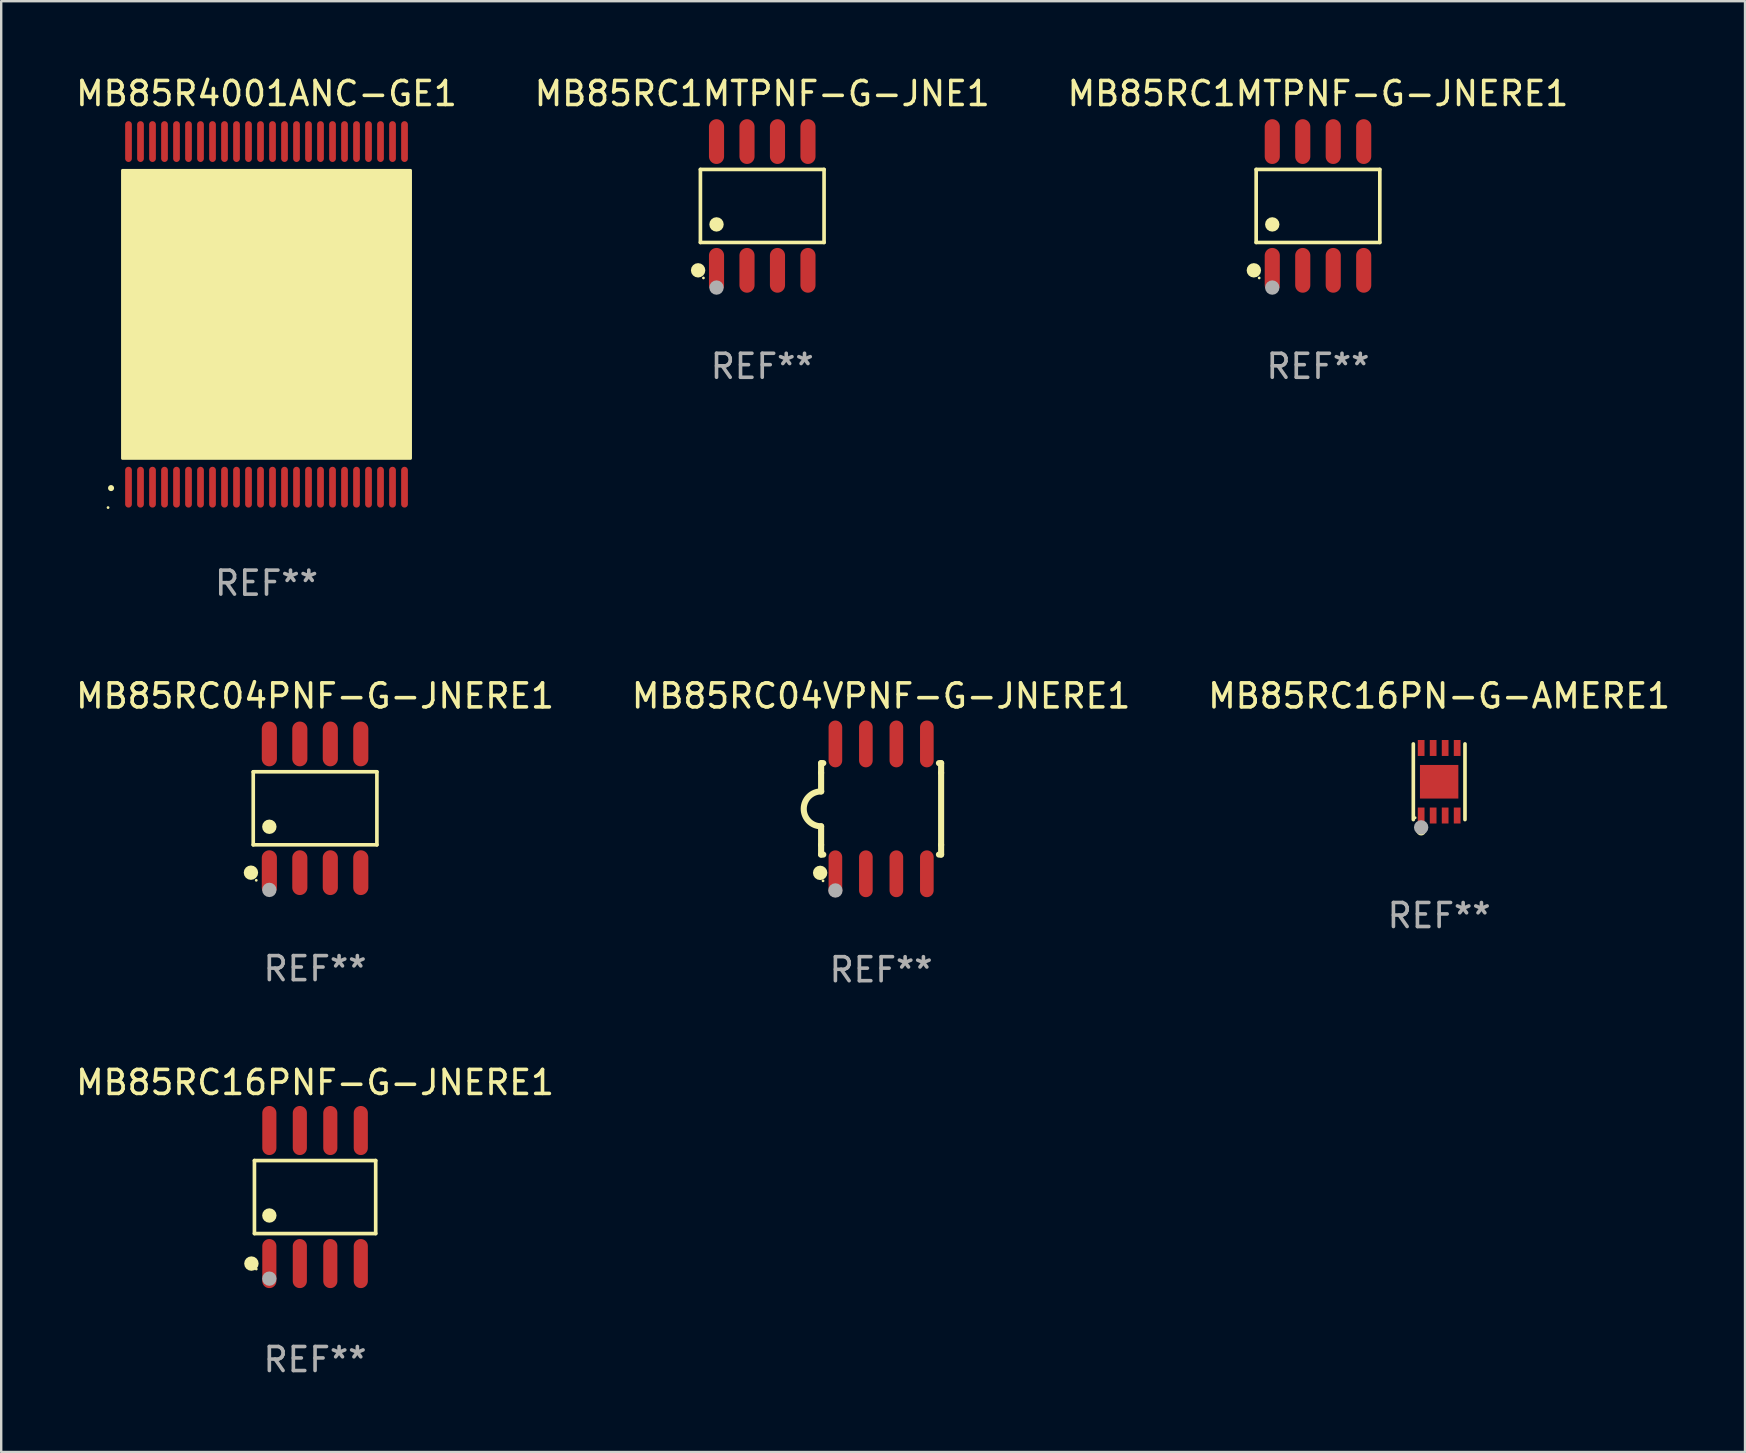
<source format=kicad_pcb>
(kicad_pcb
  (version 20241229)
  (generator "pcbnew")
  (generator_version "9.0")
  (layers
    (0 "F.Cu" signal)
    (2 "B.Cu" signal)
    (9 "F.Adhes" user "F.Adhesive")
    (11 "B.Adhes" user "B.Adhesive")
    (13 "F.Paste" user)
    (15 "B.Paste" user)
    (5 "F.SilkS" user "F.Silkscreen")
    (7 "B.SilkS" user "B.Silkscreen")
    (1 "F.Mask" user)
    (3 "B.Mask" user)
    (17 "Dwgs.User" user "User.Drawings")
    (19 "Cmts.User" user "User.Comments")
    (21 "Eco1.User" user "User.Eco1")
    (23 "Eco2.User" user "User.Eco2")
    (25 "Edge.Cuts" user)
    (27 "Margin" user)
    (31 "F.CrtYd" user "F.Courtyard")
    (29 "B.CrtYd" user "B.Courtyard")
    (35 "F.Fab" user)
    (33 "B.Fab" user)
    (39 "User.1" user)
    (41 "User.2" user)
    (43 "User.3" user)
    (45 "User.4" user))
  (footprint "MB85RC1MTPNF-G-JNERE1"
    (layer "F.Cu")
    (at 51.863 5.531)
    (property "Reference" "MB85RC1MTPNF-G-JNERE1" (at 0 -4.682 0) (layer "F.SilkS") (effects (font (size 1 1) (thickness 0.15))))
    (attr through_hole)
    (fp_line (start -2.576 -1.521) (end 2.576 -1.521) (stroke (width 0.152) (type solid)) (layer "F.SilkS"))
    (fp_line (start -2.576 1.521) (end -2.576 -1.521) (stroke (width 0.152) (type solid)) (layer "F.SilkS"))
    (fp_line (start 2.576 -1.521) (end 2.576 1.521) (stroke (width 0.152) (type solid)) (layer "F.SilkS"))
    (fp_line (start 2.576 1.521) (end -2.576 1.521) (stroke (width 0.152) (type solid)) (layer "F.SilkS"))
    (fp_circle (center -2.672 2.682) (end -2.522 2.682) (stroke (width 0.3) (type solid)) (fill no) (layer "F.SilkS"))
    (fp_circle (center -2.45 3) (end -2.42 3) (stroke (width 0.06) (type solid)) (fill no) (layer "F.SilkS"))
    (fp_circle (center -1.905 0.769) (end -1.755 0.769) (stroke (width 0.3) (type solid)) (fill no) (layer "F.SilkS"))
    (fp_circle (center -1.905 3.4) (end -1.755 3.4) (stroke (width 0.3) (type solid)) (fill no) (layer "F.Fab"))
    (fp_text user "REF**" (at 0 6.682 0) (layer "F.Fab") (effects (font (size 1 1) (thickness 0.15))))
    (pad "1" smd oval (at -1.905 2.682) (size 0.63 1.865) (layers "F.Cu" "F.Mask" "F.Paste"))
    (pad "2" smd oval (at -0.635 2.682) (size 0.63 1.865) (layers "F.Cu" "F.Mask" "F.Paste"))
    (pad "3" smd oval (at 0.635 2.682) (size 0.63 1.865) (layers "F.Cu" "F.Mask" "F.Paste"))
    (pad "4" smd oval (at 1.905 2.682) (size 0.63 1.865) (layers "F.Cu" "F.Mask" "F.Paste"))
    (pad "5" smd oval (at 1.905 -2.682) (size 0.63 1.865) (layers "F.Cu" "F.Mask" "F.Paste"))
    (pad "6" smd oval (at 0.635 -2.682) (size 0.63 1.865) (layers "F.Cu" "F.Mask" "F.Paste"))
    (pad "7" smd oval (at -0.635 -2.682) (size 0.63 1.865) (layers "F.Cu" "F.Mask" "F.Paste"))
    (pad "8" smd oval (at -1.905 -2.682) (size 0.63 1.865) (layers "F.Cu" "F.Mask" "F.Paste")))
  (footprint "MB85RC16PNF-G-JNERE1"
    (layer "F.Cu")
    (at 10.077 46.824)
    (property "Reference" "MB85RC16PNF-G-JNERE1" (at 0 -4.772 0) (layer "F.SilkS") (effects (font (size 1 1) (thickness 0.15))))
    (attr through_hole)
    (fp_line (start -2.526 -1.521) (end 2.526 -1.521) (stroke (width 0.152) (type solid)) (layer "F.SilkS"))
    (fp_line (start -2.526 1.521) (end -2.526 -1.521) (stroke (width 0.152) (type solid)) (layer "F.SilkS"))
    (fp_line (start 2.526 -1.521) (end 2.526 1.521) (stroke (width 0.152) (type solid)) (layer "F.SilkS"))
    (fp_line (start 2.526 1.521) (end -2.526 1.521) (stroke (width 0.152) (type solid)) (layer "F.SilkS"))
    (fp_circle (center -2.652 2.772) (end -2.501 2.772) (stroke (width 0.3) (type solid)) (fill no) (layer "F.SilkS"))
    (fp_circle (center -2.45 3) (end -2.42 3) (stroke (width 0.06) (type solid)) (fill no) (layer "F.SilkS"))
    (fp_circle (center -1.905 0.769) (end -1.755 0.769) (stroke (width 0.3) (type solid)) (fill no) (layer "F.SilkS"))
    (fp_circle (center -1.905 3.4) (end -1.755 3.4) (stroke (width 0.3) (type solid)) (fill no) (layer "F.Fab"))
    (fp_text user "REF**" (at 0 6.772 0) (layer "F.Fab") (effects (font (size 1 1) (thickness 0.15))))
    (pad "1" smd oval (at -1.905 2.772) (size 0.588 2.045) (layers "F.Cu" "F.Mask" "F.Paste"))
    (pad "2" smd oval (at -0.635 2.772) (size 0.588 2.045) (layers "F.Cu" "F.Mask" "F.Paste"))
    (pad "3" smd oval (at 0.635 2.772) (size 0.588 2.045) (layers "F.Cu" "F.Mask" "F.Paste"))
    (pad "4" smd oval (at 1.905 2.772) (size 0.588 2.045) (layers "F.Cu" "F.Mask" "F.Paste"))
    (pad "5" smd oval (at 1.905 -2.772) (size 0.588 2.045) (layers "F.Cu" "F.Mask" "F.Paste"))
    (pad "6" smd oval (at 0.635 -2.772) (size 0.588 2.045) (layers "F.Cu" "F.Mask" "F.Paste"))
    (pad "7" smd oval (at -0.635 -2.772) (size 0.588 2.045) (layers "F.Cu" "F.Mask" "F.Paste"))
    (pad "8" smd oval (at -1.905 -2.772) (size 0.588 2.045) (layers "F.Cu" "F.Mask" "F.Paste")))
  (footprint "MB85RC1MTPNF-G-JNE1"
    (layer "F.Cu")
    (at 28.708 5.531)
    (property "Reference" "MB85RC1MTPNF-G-JNE1" (at 0 -4.682 0) (layer "F.SilkS") (effects (font (size 1 1) (thickness 0.15))))
    (attr through_hole)
    (fp_line (start -2.576 -1.521) (end 2.576 -1.521) (stroke (width 0.152) (type solid)) (layer "F.SilkS"))
    (fp_line (start -2.576 1.521) (end -2.576 -1.521) (stroke (width 0.152) (type solid)) (layer "F.SilkS"))
    (fp_line (start 2.576 -1.521) (end 2.576 1.521) (stroke (width 0.152) (type solid)) (layer "F.SilkS"))
    (fp_line (start 2.576 1.521) (end -2.576 1.521) (stroke (width 0.152) (type solid)) (layer "F.SilkS"))
    (fp_circle (center -2.672 2.682) (end -2.522 2.682) (stroke (width 0.3) (type solid)) (fill no) (layer "F.SilkS"))
    (fp_circle (center -2.45 3) (end -2.42 3) (stroke (width 0.06) (type solid)) (fill no) (layer "F.SilkS"))
    (fp_circle (center -1.905 0.769) (end -1.755 0.769) (stroke (width 0.3) (type solid)) (fill no) (layer "F.SilkS"))
    (fp_circle (center -1.905 3.4) (end -1.755 3.4) (stroke (width 0.3) (type solid)) (fill no) (layer "F.Fab"))
    (fp_text user "REF**" (at 0 6.682 0) (layer "F.Fab") (effects (font (size 1 1) (thickness 0.15))))
    (pad "1" smd oval (at -1.905 2.682) (size 0.63 1.865) (layers "F.Cu" "F.Mask" "F.Paste"))
    (pad "2" smd oval (at -0.635 2.682) (size 0.63 1.865) (layers "F.Cu" "F.Mask" "F.Paste"))
    (pad "3" smd oval (at 0.635 2.682) (size 0.63 1.865) (layers "F.Cu" "F.Mask" "F.Paste"))
    (pad "4" smd oval (at 1.905 2.682) (size 0.63 1.865) (layers "F.Cu" "F.Mask" "F.Paste"))
    (pad "5" smd oval (at 1.905 -2.682) (size 0.63 1.865) (layers "F.Cu" "F.Mask" "F.Paste"))
    (pad "6" smd oval (at 0.635 -2.682) (size 0.63 1.865) (layers "F.Cu" "F.Mask" "F.Paste"))
    (pad "7" smd oval (at -0.635 -2.682) (size 0.63 1.865) (layers "F.Cu" "F.Mask" "F.Paste"))
    (pad "8" smd oval (at -1.905 -2.682) (size 0.63 1.865) (layers "F.Cu" "F.Mask" "F.Paste")))
  (footprint "MB85RC04PNF-G-JNERE1"
    (layer "F.Cu")
    (at 10.077 30.627)
    (property "Reference" "MB85RC04PNF-G-JNERE1" (at 0 -4.682 0) (layer "F.SilkS") (effects (font (size 1 1) (thickness 0.15))))
    (attr through_hole)
    (fp_line (start -2.576 -1.521) (end 2.576 -1.521) (stroke (width 0.152) (type solid)) (layer "F.SilkS"))
    (fp_line (start -2.576 1.521) (end -2.576 -1.521) (stroke (width 0.152) (type solid)) (layer "F.SilkS"))
    (fp_line (start 2.576 -1.521) (end 2.576 1.521) (stroke (width 0.152) (type solid)) (layer "F.SilkS"))
    (fp_line (start 2.576 1.521) (end -2.576 1.521) (stroke (width 0.152) (type solid)) (layer "F.SilkS"))
    (fp_circle (center -2.672 2.682) (end -2.522 2.682) (stroke (width 0.3) (type solid)) (fill no) (layer "F.SilkS"))
    (fp_circle (center -2.45 3) (end -2.42 3) (stroke (width 0.06) (type solid)) (fill no) (layer "F.SilkS"))
    (fp_circle (center -1.905 0.769) (end -1.755 0.769) (stroke (width 0.3) (type solid)) (fill no) (layer "F.SilkS"))
    (fp_circle (center -1.905 3.4) (end -1.755 3.4) (stroke (width 0.3) (type solid)) (fill no) (layer "F.Fab"))
    (fp_text user "REF**" (at 0 6.682 0) (layer "F.Fab") (effects (font (size 1 1) (thickness 0.15))))
    (pad "1" smd oval (at -1.905 2.682) (size 0.63 1.865) (layers "F.Cu" "F.Mask" "F.Paste"))
    (pad "2" smd oval (at -0.635 2.682) (size 0.63 1.865) (layers "F.Cu" "F.Mask" "F.Paste"))
    (pad "3" smd oval (at 0.635 2.682) (size 0.63 1.865) (layers "F.Cu" "F.Mask" "F.Paste"))
    (pad "4" smd oval (at 1.905 2.682) (size 0.63 1.865) (layers "F.Cu" "F.Mask" "F.Paste"))
    (pad "5" smd oval (at 1.905 -2.682) (size 0.63 1.865) (layers "F.Cu" "F.Mask" "F.Paste"))
    (pad "6" smd oval (at 0.635 -2.682) (size 0.63 1.865) (layers "F.Cu" "F.Mask" "F.Paste"))
    (pad "7" smd oval (at -0.635 -2.682) (size 0.63 1.865) (layers "F.Cu" "F.Mask" "F.Paste"))
    (pad "8" smd oval (at -1.905 -2.682) (size 0.63 1.865) (layers "F.Cu" "F.Mask" "F.Paste")))
  (footprint "MB85RC04VPNF-G-JNERE1"
    (layer "F.Cu")
    (at 33.661 30.65)
    (property "Reference" "MB85RC04VPNF-G-JNERE1" (at 0 -4.705 0) (layer "F.SilkS") (effects (font (size 1 1) (thickness 0.15))))
    (attr through_hole)
    (fp_line (start -2.5 -1.905) (end -2.409 -1.905) (stroke (width 0.254) (type solid)) (layer "F.SilkS"))
    (fp_line (start -2.5 -1.5) (end -2.5 -1.905) (stroke (width 0.254) (type solid)) (layer "F.SilkS"))
    (fp_line (start -2.5 -1.5) (end -2.5 -0.726) (stroke (width 0.254) (type solid)) (layer "F.SilkS"))
    (fp_line (start -2.5 1.5) (end -2.5 0.727) (stroke (width 0.254) (type solid)) (layer "F.SilkS"))
    (fp_line (start -2.5 1.5) (end -2.5 1.905) (stroke (width 0.254) (type solid)) (layer "F.SilkS"))
    (fp_line (start -2.5 1.905) (end -2.409 1.905) (stroke (width 0.254) (type solid)) (layer "F.SilkS"))
    (fp_line (start 2.5 -1.905) (end 2.409 -1.905) (stroke (width 0.254) (type solid)) (layer "F.SilkS"))
    (fp_line (start 2.5 -1.5) (end 2.5 -1.905) (stroke (width 0.254) (type solid)) (layer "F.SilkS"))
    (fp_line (start 2.5 -1.5) (end 2.5 1.5) (stroke (width 0.254) (type solid)) (layer "F.SilkS"))
    (fp_line (start 2.5 1.5) (end 2.5 1.905) (stroke (width 0.254) (type solid)) (layer "F.SilkS"))
    (fp_line (start 2.5 1.905) (end 2.409 1.905) (stroke (width 0.254) (type solid)) (layer "F.SilkS"))
    (fp_arc (start -2.5 0.726568) (mid -3.220316 -0.0023) (end -2.495097 -0.726289) (stroke (width 0.254001) (type solid)) (layer "F.SilkS"))
    (fp_circle (center -2.54 2.667) (end -2.39 2.667) (stroke (width 0.3) (type solid)) (fill no) (layer "F.SilkS"))
    (fp_circle (center -2.42 3) (end -2.39 3) (stroke (width 0.06) (type solid)) (fill no) (layer "F.SilkS"))
    (fp_circle (center -1.905 3.4) (end -1.755 3.4) (stroke (width 0.3) (type solid)) (fill no) (layer "F.Fab"))
    (fp_text user "REF**" (at 0 6.705 0) (layer "F.Fab") (effects (font (size 1 1) (thickness 0.15))))
    (pad "1" smd oval (at -1.905 2.705) (size 0.568 1.95) (layers "F.Cu" "F.Mask" "F.Paste"))
    (pad "2" smd oval (at -0.635 2.705) (size 0.568 1.95) (layers "F.Cu" "F.Mask" "F.Paste"))
    (pad "3" smd oval (at 0.635 2.705) (size 0.568 1.95) (layers "F.Cu" "F.Mask" "F.Paste"))
    (pad "4" smd oval (at 1.905 2.705) (size 0.568 1.95) (layers "F.Cu" "F.Mask" "F.Paste"))
    (pad "5" smd oval (at 1.905 -2.705) (size 0.568 1.95) (layers "F.Cu" "F.Mask" "F.Paste"))
    (pad "6" smd oval (at 0.635 -2.705) (size 0.568 1.95) (layers "F.Cu" "F.Mask" "F.Paste"))
    (pad "7" smd oval (at -0.635 -2.705) (size 0.568 1.95) (layers "F.Cu" "F.Mask" "F.Paste"))
    (pad "8" smd oval (at -1.905 -2.705) (size 0.568 1.95) (layers "F.Cu" "F.Mask" "F.Paste")))
  (footprint "MB85R4001ANC-GE1"
    (layer "F.Cu")
    (at 8.054 10.048)
    (property "Reference" "MB85R4001ANC-GE1" (at 0 -9.2 0) (layer "F.SilkS") (effects (font (size 1 1) (thickness 0.15))))
    (attr through_hole)
    (fp_arc (start -6.477013 7.239141) (mid -6.47702 7.237871) (end -6.477013 7.236601) (stroke (width 0.25) (type solid)) (layer "F.SilkS"))
    (fp_arc (start -5.334011 5.080137) (mid -5.334022 5.077597) (end -5.334011 5.075057) (stroke (width 0.6) (type solid)) (layer "F.SilkS"))
    (fp_circle (center -6.602 8.05) (end -6.572 8.05) (stroke (width 0.06) (type solid)) (fill no) (layer "F.SilkS"))
    (fp_poly (pts (xy -6 -6) (xy 6 -6) (xy 6 6) (xy -6 6)) (stroke (width 0.12) (type solid)) (fill yes) (layer "F.SilkS"))
    (fp_text user "REF**" (at 0 11.2 0) (layer "F.Fab") (effects (font (size 1 1) (thickness 0.15))))
    (pad "1" smd oval (at -5.75 7.2 180) (size 0.28 1.7) (layers "F.Cu" "F.Mask" "F.Paste"))
    (pad "2" smd oval (at -5.25 7.2 180) (size 0.28 1.7) (layers "F.Cu" "F.Mask" "F.Paste"))
    (pad "3" smd oval (at -4.75 7.2 180) (size 0.28 1.7) (layers "F.Cu" "F.Mask" "F.Paste"))
    (pad "4" smd oval (at -4.25 7.2 180) (size 0.28 1.7) (layers "F.Cu" "F.Mask" "F.Paste"))
    (pad "5" smd oval (at -3.75 7.2 180) (size 0.28 1.7) (layers "F.Cu" "F.Mask" "F.Paste"))
    (pad "6" smd oval (at -3.25 7.2 180) (size 0.28 1.7) (layers "F.Cu" "F.Mask" "F.Paste"))
    (pad "7" smd oval (at -2.75 7.2 180) (size 0.28 1.7) (layers "F.Cu" "F.Mask" "F.Paste"))
    (pad "8" smd oval (at -2.25 7.2 180) (size 0.28 1.7) (layers "F.Cu" "F.Mask" "F.Paste"))
    (pad "9" smd oval (at -1.75 7.2 180) (size 0.28 1.7) (layers "F.Cu" "F.Mask" "F.Paste"))
    (pad "10" smd oval (at -1.25 7.2 180) (size 0.28 1.7) (layers "F.Cu" "F.Mask" "F.Paste"))
    (pad "11" smd oval (at -0.75 7.2 180) (size 0.28 1.7) (layers "F.Cu" "F.Mask" "F.Paste"))
    (pad "12" smd oval (at -0.25 7.2 180) (size 0.28 1.7) (layers "F.Cu" "F.Mask" "F.Paste"))
    (pad "13" smd oval (at 0.25 7.2 180) (size 0.28 1.7) (layers "F.Cu" "F.Mask" "F.Paste"))
    (pad "14" smd oval (at 0.75 7.2 180) (size 0.28 1.7) (layers "F.Cu" "F.Mask" "F.Paste"))
    (pad "15" smd oval (at 1.25 7.2 180) (size 0.28 1.7) (layers "F.Cu" "F.Mask" "F.Paste"))
    (pad "16" smd oval (at 1.75 7.2 180) (size 0.28 1.7) (layers "F.Cu" "F.Mask" "F.Paste"))
    (pad "17" smd oval (at 2.25 7.2 180) (size 0.28 1.7) (layers "F.Cu" "F.Mask" "F.Paste"))
    (pad "18" smd oval (at 2.75 7.2 180) (size 0.28 1.7) (layers "F.Cu" "F.Mask" "F.Paste"))
    (pad "19" smd oval (at 3.25 7.2 180) (size 0.28 1.7) (layers "F.Cu" "F.Mask" "F.Paste"))
    (pad "20" smd oval (at 3.75 7.2 180) (size 0.28 1.7) (layers "F.Cu" "F.Mask" "F.Paste"))
    (pad "21" smd oval (at 4.25 7.2 180) (size 0.28 1.7) (layers "F.Cu" "F.Mask" "F.Paste"))
    (pad "22" smd oval (at 4.75 7.2 180) (size 0.28 1.7) (layers "F.Cu" "F.Mask" "F.Paste"))
    (pad "23" smd oval (at 5.25 7.2 180) (size 0.28 1.7) (layers "F.Cu" "F.Mask" "F.Paste"))
    (pad "24" smd oval (at 5.75 7.2 180) (size 0.28 1.7) (layers "F.Cu" "F.Mask" "F.Paste"))
    (pad "25" smd oval (at 5.75 -7.2 180) (size 0.28 1.7) (layers "F.Cu" "F.Mask" "F.Paste"))
    (pad "26" smd oval (at 5.25 -7.2 180) (size 0.28 1.7) (layers "F.Cu" "F.Mask" "F.Paste"))
    (pad "27" smd oval (at 4.75 -7.2 180) (size 0.28 1.7) (layers "F.Cu" "F.Mask" "F.Paste"))
    (pad "28" smd oval (at 4.25 -7.2 180) (size 0.28 1.7) (layers "F.Cu" "F.Mask" "F.Paste"))
    (pad "29" smd oval (at 3.75 -7.2 180) (size 0.28 1.7) (layers "F.Cu" "F.Mask" "F.Paste"))
    (pad "30" smd oval (at 3.25 -7.2 180) (size 0.28 1.7) (layers "F.Cu" "F.Mask" "F.Paste"))
    (pad "31" smd oval (at 2.75 -7.2 180) (size 0.28 1.7) (layers "F.Cu" "F.Mask" "F.Paste"))
    (pad "32" smd oval (at 2.25 -7.2 180) (size 0.28 1.7) (layers "F.Cu" "F.Mask" "F.Paste"))
    (pad "33" smd oval (at 1.75 -7.2 180) (size 0.28 1.7) (layers "F.Cu" "F.Mask" "F.Paste"))
    (pad "34" smd oval (at 1.25 -7.2 180) (size 0.28 1.7) (layers "F.Cu" "F.Mask" "F.Paste"))
    (pad "35" smd oval (at 0.75 -7.2 180) (size 0.28 1.7) (layers "F.Cu" "F.Mask" "F.Paste"))
    (pad "36" smd oval (at 0.25 -7.2 180) (size 0.28 1.7) (layers "F.Cu" "F.Mask" "F.Paste"))
    (pad "37" smd oval (at -0.25 -7.2 180) (size 0.28 1.7) (layers "F.Cu" "F.Mask" "F.Paste"))
    (pad "38" smd oval (at -0.75 -7.2 180) (size 0.28 1.7) (layers "F.Cu" "F.Mask" "F.Paste"))
    (pad "39" smd oval (at -1.25 -7.2 180) (size 0.28 1.7) (layers "F.Cu" "F.Mask" "F.Paste"))
    (pad "40" smd oval (at -1.75 -7.2 180) (size 0.28 1.7) (layers "F.Cu" "F.Mask" "F.Paste"))
    (pad "41" smd oval (at -2.25 -7.2 180) (size 0.28 1.7) (layers "F.Cu" "F.Mask" "F.Paste"))
    (pad "42" smd oval (at -2.75 -7.2 180) (size 0.28 1.7) (layers "F.Cu" "F.Mask" "F.Paste"))
    (pad "43" smd oval (at -3.25 -7.2 180) (size 0.28 1.7) (layers "F.Cu" "F.Mask" "F.Paste"))
    (pad "44" smd oval (at -3.75 -7.2 180) (size 0.28 1.7) (layers "F.Cu" "F.Mask" "F.Paste"))
    (pad "45" smd oval (at -4.25 -7.2 180) (size 0.28 1.7) (layers "F.Cu" "F.Mask" "F.Paste"))
    (pad "46" smd oval (at -4.75 -7.2 180) (size 0.28 1.7) (layers "F.Cu" "F.Mask" "F.Paste"))
    (pad "47" smd oval (at -5.25 -7.2 180) (size 0.28 1.7) (layers "F.Cu" "F.Mask" "F.Paste"))
    (pad "48" smd oval (at -5.75 -7.2 180) (size 0.28 1.7) (layers "F.Cu" "F.Mask" "F.Paste")))
  (footprint "MB85RC16PN-G-AMERE1"
    (layer "F.Cu")
    (at 56.911 29.521)
    (property "Reference" "MB85RC16PN-G-AMERE1" (at 0 -3.576 0) (layer "F.SilkS") (effects (font (size 1 1) (thickness 0.15))))
    (attr through_hole)
    (fp_line (start -1.076 1.576) (end -1.076 -1.576) (stroke (width 0.152) (type solid)) (layer "F.SilkS"))
    (fp_line (start 1.076 -1.576) (end 1.076 1.576) (stroke (width 0.152) (type solid)) (layer "F.SilkS"))
    (fp_circle (center -1 1.5) (end -0.97 1.5) (stroke (width 0.06) (type solid)) (fill no) (layer "F.SilkS"))
    (fp_circle (center -0.75 2.04) (end -0.65 2.04) (stroke (width 0.2) (type solid)) (fill no) (layer "F.SilkS"))
    (fp_circle (center -0.75 1.9) (end -0.6 1.9) (stroke (width 0.3) (type solid)) (fill no) (layer "F.Fab"))
    (fp_text user "REF**" (at 0 5.576 0) (layer "F.Fab") (effects (font (size 1 1) (thickness 0.15))))
    (pad "1" smd rect (at -0.75 1.407) (size 0.28 0.665) (layers "F.Cu" "F.Mask" "F.Paste"))
    (pad "2" smd rect (at -0.25 1.407) (size 0.28 0.665) (layers "F.Cu" "F.Mask" "F.Paste"))
    (pad "3" smd rect (at 0.25 1.407) (size 0.28 0.665) (layers "F.Cu" "F.Mask" "F.Paste"))
    (pad "4" smd rect (at 0.75 1.407) (size 0.28 0.665) (layers "F.Cu" "F.Mask" "F.Paste"))
    (pad "5" smd rect (at 0.75 -1.407) (size 0.28 0.665) (layers "F.Cu" "F.Mask" "F.Paste"))
    (pad "6" smd rect (at 0.25 -1.407) (size 0.28 0.665) (layers "F.Cu" "F.Mask" "F.Paste"))
    (pad "7" smd rect (at -0.25 -1.407) (size 0.28 0.665) (layers "F.Cu" "F.Mask" "F.Paste"))
    (pad "8" smd rect (at -0.75 -1.407) (size 0.28 0.665) (layers "F.Cu" "F.Mask" "F.Paste"))
    (pad "9" smd rect (at 0 0) (size 1.6 1.4) (layers "F.Cu" "F.Mask" "F.Paste")))
  (gr_rect
    (start -3 -3)
    (end 69.655 57.445)
    (stroke (width 0.1) (type default))
    (fill no)
    (layer "Edge.Cuts")))
</source>
